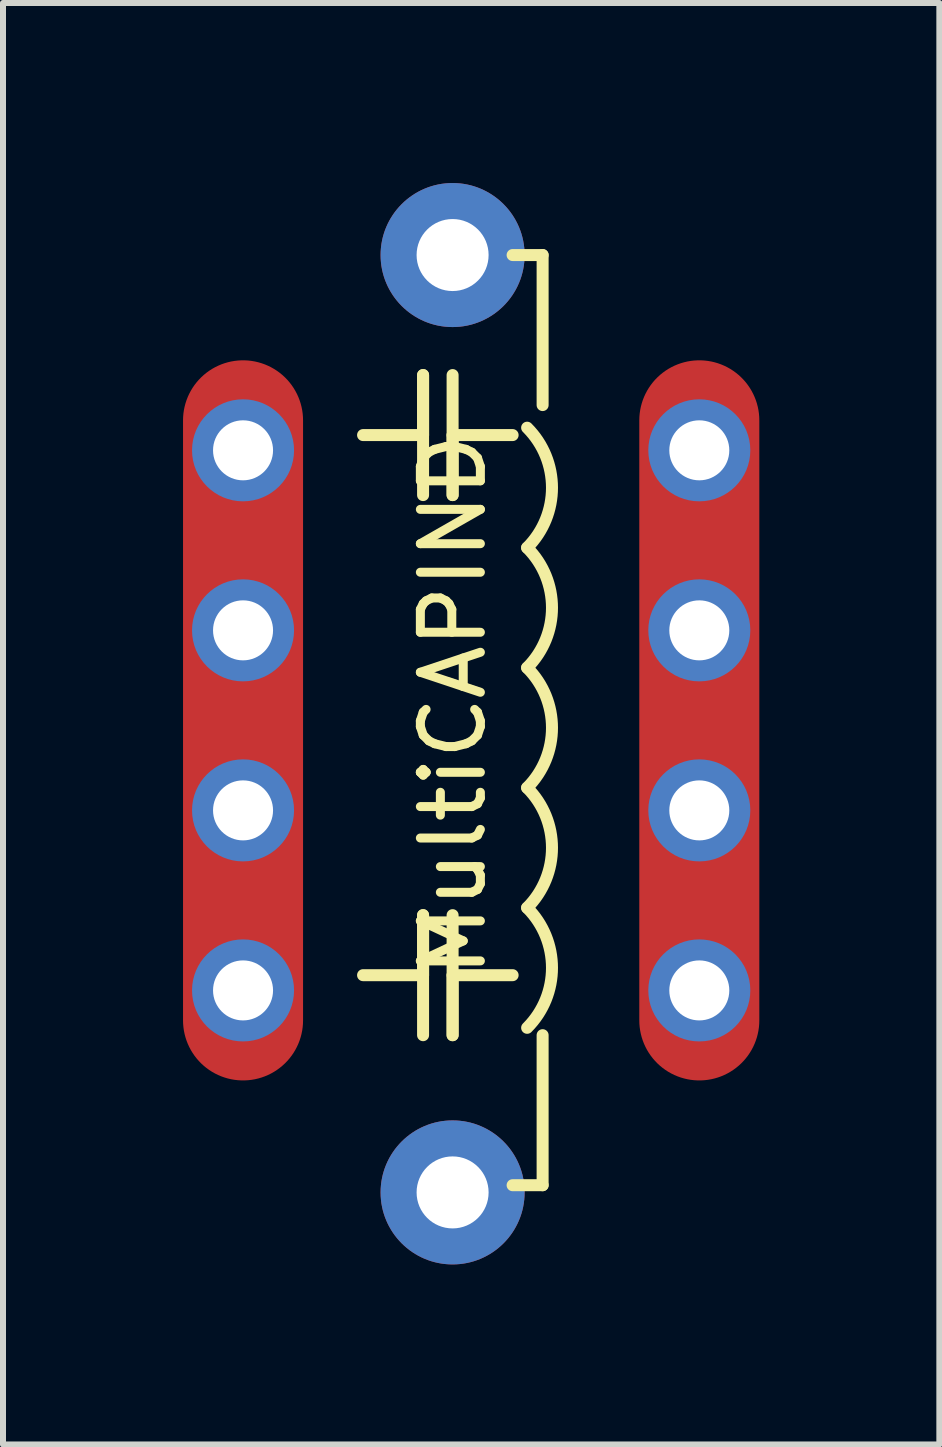
<source format=kicad_pcb>
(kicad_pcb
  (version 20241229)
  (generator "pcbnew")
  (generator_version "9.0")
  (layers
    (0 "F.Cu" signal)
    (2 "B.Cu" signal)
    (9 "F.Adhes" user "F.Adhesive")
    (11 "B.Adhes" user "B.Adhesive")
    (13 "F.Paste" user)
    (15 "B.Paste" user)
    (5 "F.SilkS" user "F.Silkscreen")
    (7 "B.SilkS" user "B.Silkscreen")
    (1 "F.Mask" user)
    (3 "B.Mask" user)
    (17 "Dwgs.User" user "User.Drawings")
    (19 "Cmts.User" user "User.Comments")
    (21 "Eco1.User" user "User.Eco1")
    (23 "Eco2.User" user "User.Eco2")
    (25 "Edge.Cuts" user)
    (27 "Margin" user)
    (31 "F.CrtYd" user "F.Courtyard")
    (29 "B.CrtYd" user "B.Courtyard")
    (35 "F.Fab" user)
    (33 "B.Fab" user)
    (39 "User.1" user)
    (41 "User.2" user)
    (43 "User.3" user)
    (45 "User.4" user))
  (footprint "MultiCAPIND"
    (layer "F.Cu")
    (at 4.492 9.2)
    (property "Reference" "MultiCAPIND" (at 0.008 -0.5 90) (layer "F.SilkS") (effects (font (size 1 1) (thickness 0.15))))
    (attr through_hole)
    (fp_line (start -0.492 -6) (end -0.492 -5) (stroke (width 0.2) (type solid)) (layer "F.SilkS"))
    (fp_line (start -0.492 -5) (end -1.492 -5) (stroke (width 0.2) (type solid)) (layer "F.SilkS"))
    (fp_line (start -0.492 -4) (end -0.492 -6) (stroke (width 0.2) (type solid)) (layer "F.SilkS"))
    (fp_line (start -0.492 3) (end -0.492 4) (stroke (width 0.2) (type solid)) (layer "F.SilkS"))
    (fp_line (start -0.492 4) (end -1.492 4) (stroke (width 0.2) (type solid)) (layer "F.SilkS"))
    (fp_line (start -0.492 5) (end -0.492 3) (stroke (width 0.2) (type solid)) (layer "F.SilkS"))
    (fp_line (start 0 -6) (end 0 -4) (stroke (width 0.2) (type solid)) (layer "F.SilkS"))
    (fp_line (start 0 -4) (end 0 -5) (stroke (width 0.2) (type solid)) (layer "F.SilkS"))
    (fp_line (start 0 3) (end 0 5) (stroke (width 0.2) (type solid)) (layer "F.SilkS"))
    (fp_line (start 0 5) (end 0 4) (stroke (width 0.2) (type solid)) (layer "F.SilkS"))
    (fp_line (start 1 -5) (end 0 -5) (stroke (width 0.2) (type solid)) (layer "F.SilkS"))
    (fp_line (start 1 4) (end 0 4) (stroke (width 0.2) (type solid)) (layer "F.SilkS"))
    (fp_line (start 1.5 -8) (end 1 -8) (stroke (width 0.2) (type solid)) (layer "F.SilkS"))
    (fp_line (start 1.5 -5.5) (end 1.5 -8) (stroke (width 0.2) (type solid)) (layer "F.SilkS"))
    (fp_line (start 1.5 5) (end 1.5 7.5) (stroke (width 0.2) (type solid)) (layer "F.SilkS"))
    (fp_line (start 1.5 7.5) (end 1 7.5) (stroke (width 0.2) (type solid)) (layer "F.SilkS"))
    (fp_arc (start 1.242 -5.123) (mid 1.656214 -4.123) (end 1.242 -3.123) (stroke (width 0.2) (type solid)) (layer "F.SilkS"))
    (fp_arc (start 1.242 -3.123) (mid 1.656214 -2.123) (end 1.242 -1.123) (stroke (width 0.2) (type solid)) (layer "F.SilkS"))
    (fp_arc (start 1.242 -1.123) (mid 1.656214 -0.123) (end 1.242 0.877) (stroke (width 0.2) (type solid)) (layer "F.SilkS"))
    (fp_arc (start 1.242 0.877) (mid 1.656214 1.877) (end 1.242 2.877) (stroke (width 0.2) (type solid)) (layer "F.SilkS"))
    (fp_arc (start 1.242 2.877) (mid 1.656214 3.877) (end 1.242 4.877) (stroke (width 0.2) (type solid)) (layer "F.SilkS"))
    (pad "1" thru_hole circle (at -3.492 -4.746) (size 1.7 1.7) (drill 1) (layers "*.Cu" "*.Mask"))
    (pad "1" thru_hole circle (at -3.492 -1.746) (size 1.7 1.7) (drill 1) (layers "*.Cu" "*.Mask"))
    (pad "1" smd oval (at -3.492 -0.246) (size 2 12) (layers "F.Cu" "F.Mask" "F.Paste"))
    (pad "1" thru_hole circle (at -3.492 1.254) (size 1.7 1.7) (drill 1) (layers "*.Cu" "*.Mask"))
    (pad "1" thru_hole circle (at -3.492 4.254) (size 1.7 1.7) (drill 1) (layers "*.Cu" "*.Mask"))
    (pad "2" thru_hole circle (at 4.111 -4.746) (size 1.7 1.7) (drill 1) (layers "*.Cu" "*.Mask"))
    (pad "2" thru_hole circle (at 4.111 -1.746) (size 1.7 1.7) (drill 1) (layers "*.Cu" "*.Mask"))
    (pad "2" smd oval (at 4.111 -0.246) (size 2 12) (layers "F.Cu" "F.Mask" "F.Paste"))
    (pad "2" thru_hole circle (at 4.111 1.254) (size 1.7 1.7) (drill 1) (layers "*.Cu" "*.Mask"))
    (pad "2" thru_hole circle (at 4.111 4.254) (size 1.7 1.7) (drill 1) (layers "*.Cu" "*.Mask"))
    (pad "3" thru_hole circle (at 0 -8) (size 2.4 2.4) (drill 1.2) (layers "*.Cu" "*.Mask"))
    (pad "4" thru_hole circle (at 0 7.62) (size 2.4 2.4) (drill 1.2) (layers "*.Cu" "*.Mask")))
  (gr_rect
    (start -3 -3)
    (end 12.603 21.02)
    (stroke (width 0.1) (type default))
    (fill no)
    (layer "Edge.Cuts")))
</source>
